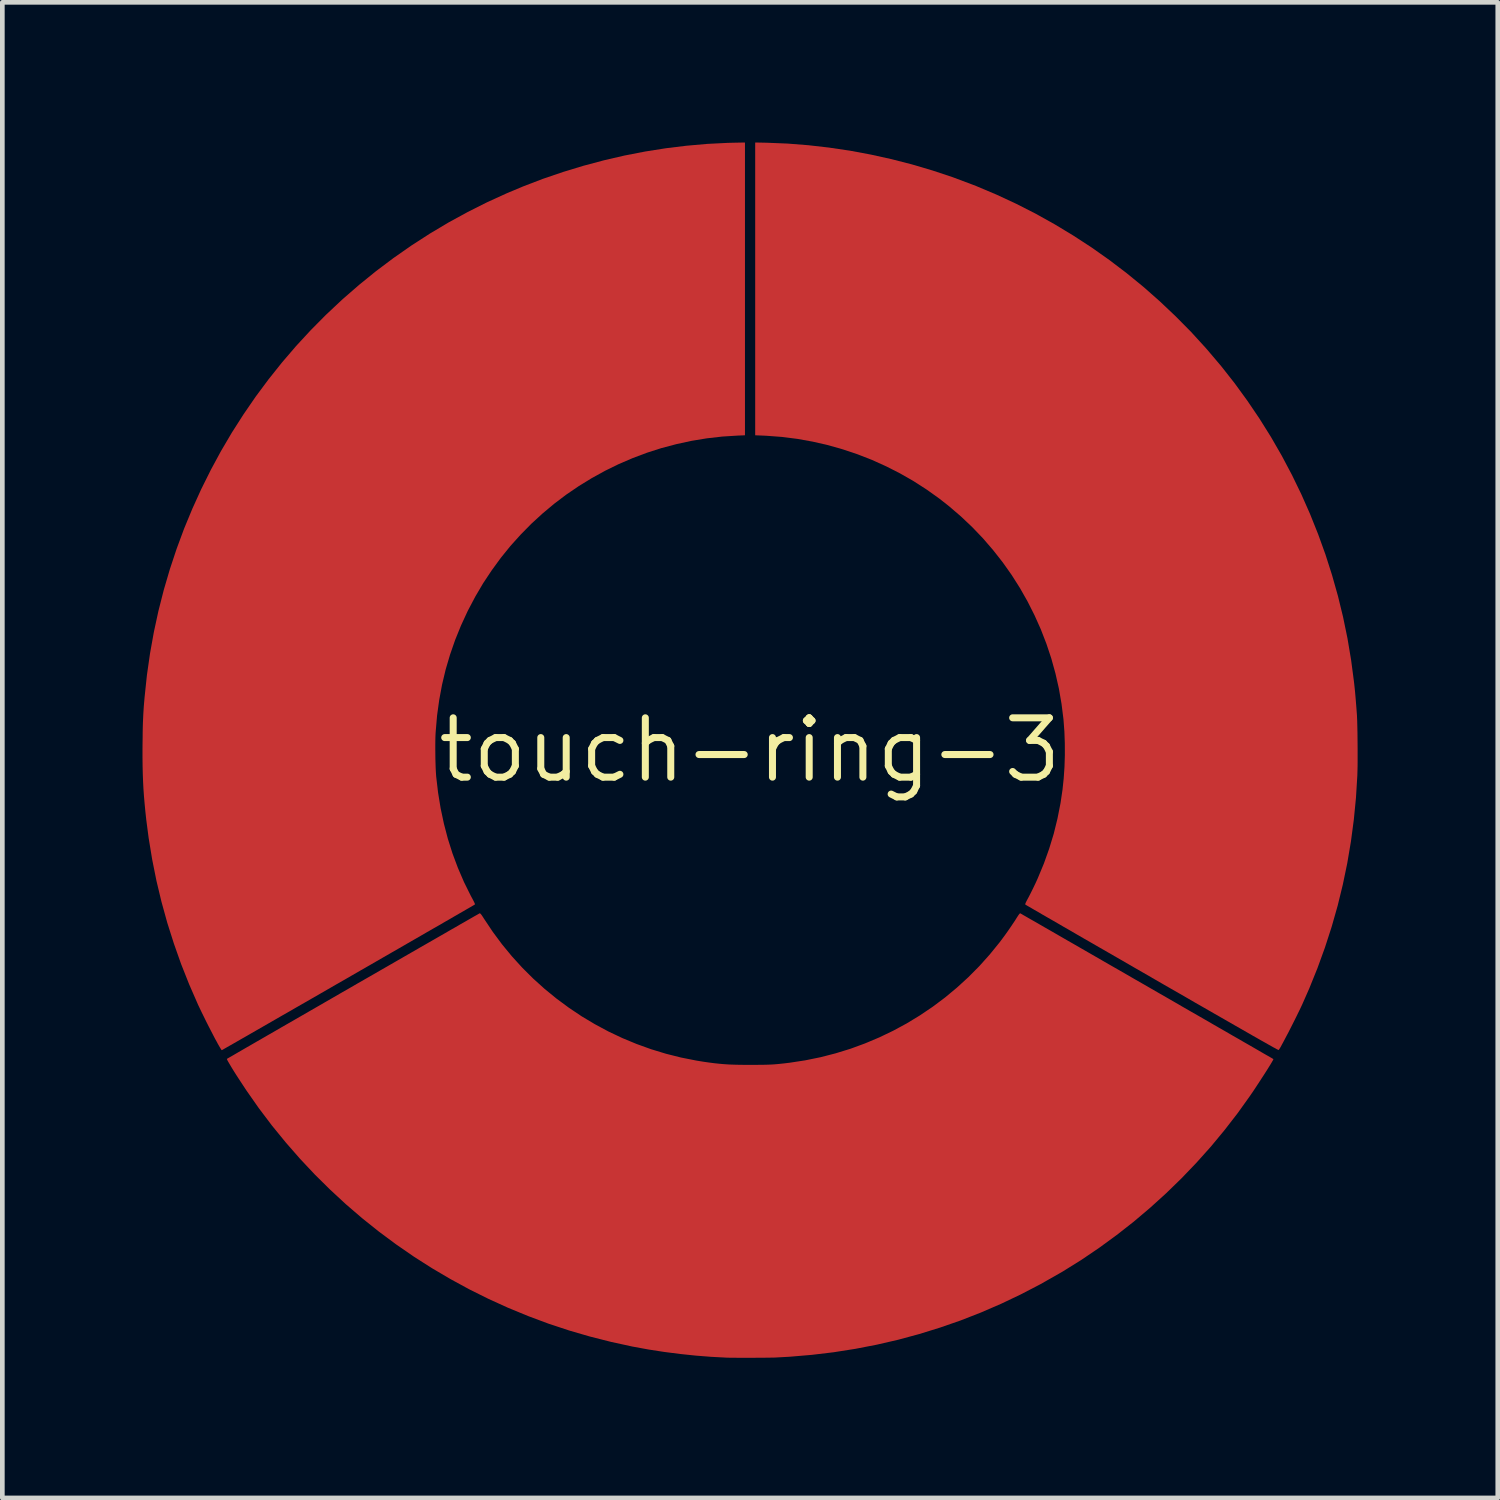
<source format=kicad_pcb>
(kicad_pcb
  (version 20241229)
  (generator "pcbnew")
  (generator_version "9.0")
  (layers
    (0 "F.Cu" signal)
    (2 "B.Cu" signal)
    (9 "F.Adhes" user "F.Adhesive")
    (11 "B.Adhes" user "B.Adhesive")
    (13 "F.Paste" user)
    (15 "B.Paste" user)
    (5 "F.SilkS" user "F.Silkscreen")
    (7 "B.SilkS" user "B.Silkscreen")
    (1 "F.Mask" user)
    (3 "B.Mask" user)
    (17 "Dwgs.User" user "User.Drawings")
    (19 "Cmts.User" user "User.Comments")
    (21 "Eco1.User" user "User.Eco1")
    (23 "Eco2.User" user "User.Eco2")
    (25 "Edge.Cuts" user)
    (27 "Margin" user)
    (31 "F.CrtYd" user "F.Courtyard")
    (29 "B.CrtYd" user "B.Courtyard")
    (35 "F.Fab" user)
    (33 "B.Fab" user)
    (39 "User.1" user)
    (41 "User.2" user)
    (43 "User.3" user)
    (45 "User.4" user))
  (footprint "touch-ring-3"
    (layer "F.Cu")
    (at 13 13.004)
    (property "Reference" "touch-ring-3" (at 0 0 0) (layer "F.SilkS") (effects (font (size 1.27 1.27) (thickness 0.15))))
    (attr through_hole)
    (fp_poly (pts (xy 0.362 -12.994) (xy 0.805 -12.976) (xy 1.249 -12.941) (xy 1.695 -12.89) (xy 2.141 -12.824) (xy 2.586 -12.741) (xy 3.029 -12.643) (xy 3.469 -12.53) (xy 3.905 -12.401) (xy 4.336 -12.258) (xy 4.76 -12.099) (xy 4.843 -12.067) (xy 5.274 -11.885) (xy 5.698 -11.688) (xy 6.114 -11.476) (xy 6.521 -11.249) (xy 6.92 -11.008) (xy 7.31 -10.754) (xy 7.691 -10.485) (xy 8.062 -10.203) (xy 8.423 -9.908) (xy 8.773 -9.599) (xy 9.112 -9.278) (xy 9.441 -8.945) (xy 9.757 -8.599) (xy 9.784 -8.568) (xy 10.085 -8.213) (xy 10.372 -7.848) (xy 10.645 -7.473) (xy 10.904 -7.09) (xy 11.15 -6.697) (xy 11.381 -6.296) (xy 11.597 -5.888) (xy 11.799 -5.472) (xy 11.986 -5.049) (xy 12.158 -4.619) (xy 12.315 -4.184) (xy 12.456 -3.743) (xy 12.582 -3.297) (xy 12.692 -2.846) (xy 12.786 -2.391) (xy 12.863 -1.932) (xy 12.924 -1.47) (xy 12.932 -1.401) (xy 12.948 -1.249) (xy 12.962 -1.088) (xy 12.976 -0.915) (xy 12.989 -0.741) (xy 12.991 -0.689) (xy 12.994 -0.623) (xy 12.996 -0.544) (xy 12.998 -0.455) (xy 13 -0.358) (xy 13.001 -0.256) (xy 13.002 -0.149) (xy 13.003 -0.042) (xy 13.003 0.065) (xy 13.003 0.169) (xy 13.003 0.267) (xy 13.002 0.358) (xy 13 0.439) (xy 12.998 0.507) (xy 12.997 0.543) (xy 12.968 1.018) (xy 12.922 1.488) (xy 12.86 1.955) (xy 12.782 2.418) (xy 12.687 2.876) (xy 12.576 3.33) (xy 12.448 3.78) (xy 12.304 4.225) (xy 12.144 4.666) (xy 11.968 5.102) (xy 11.819 5.44) (xy 11.791 5.5) (xy 11.759 5.567) (xy 11.723 5.64) (xy 11.685 5.718) (xy 11.645 5.798) (xy 11.604 5.879) (xy 11.563 5.96) (xy 11.523 6.039) (xy 11.483 6.114) (xy 11.446 6.185) (xy 11.412 6.249) (xy 11.382 6.304) (xy 11.357 6.351) (xy 11.336 6.385) (xy 11.322 6.408) (xy 11.317 6.414) (xy 11.312 6.413) (xy 11.299 6.407) (xy 11.277 6.396) (xy 11.247 6.379) (xy 11.207 6.358) (xy 11.158 6.33) (xy 11.1 6.298) (xy 11.032 6.259) (xy 10.953 6.215) (xy 10.864 6.164) (xy 10.763 6.107) (xy 10.652 6.043) (xy 10.53 5.973) (xy 10.395 5.896) (xy 10.249 5.812) (xy 10.09 5.721) (xy 9.919 5.623) (xy 9.735 5.517) (xy 9.537 5.404) (xy 9.327 5.282) (xy 9.102 5.153) (xy 8.863 5.016) (xy 8.61 4.87) (xy 8.608 4.868) (xy 8.41 4.754) (xy 8.215 4.642) (xy 8.025 4.532) (xy 7.839 4.425) (xy 7.659 4.321) (xy 7.485 4.221) (xy 7.317 4.124) (xy 7.155 4.031) (xy 7.001 3.942) (xy 6.855 3.857) (xy 6.717 3.778) (xy 6.589 3.703) (xy 6.469 3.634) (xy 6.359 3.571) (xy 6.26 3.514) (xy 6.172 3.462) (xy 6.095 3.418) (xy 6.03 3.38) (xy 5.978 3.35) (xy 5.939 3.327) (xy 5.913 3.312) (xy 5.901 3.305) (xy 5.9 3.304) (xy 5.9 3.292) (xy 5.91 3.267) (xy 5.929 3.228) (xy 5.934 3.219) (xy 5.975 3.143) (xy 6.02 3.055) (xy 6.067 2.96) (xy 6.114 2.862) (xy 6.158 2.766) (xy 6.168 2.743) (xy 6.298 2.43) (xy 6.411 2.113) (xy 6.509 1.792) (xy 6.589 1.467) (xy 6.654 1.137) (xy 6.697 0.847) (xy 6.722 0.609) (xy 6.739 0.361) (xy 6.747 0.108) (xy 6.746 -0.146) (xy 6.737 -0.395) (xy 6.719 -0.634) (xy 6.718 -0.652) (xy 6.676 -0.987) (xy 6.619 -1.317) (xy 6.545 -1.643) (xy 6.456 -1.964) (xy 6.351 -2.279) (xy 6.231 -2.588) (xy 6.096 -2.89) (xy 5.947 -3.185) (xy 5.784 -3.472) (xy 5.607 -3.751) (xy 5.416 -4.021) (xy 5.211 -4.282) (xy 4.994 -4.534) (xy 4.764 -4.774) (xy 4.521 -5.004) (xy 4.266 -5.223) (xy 4.06 -5.385) (xy 3.788 -5.579) (xy 3.507 -5.76) (xy 3.217 -5.926) (xy 2.92 -6.077) (xy 2.617 -6.214) (xy 2.307 -6.335) (xy 1.991 -6.441) (xy 1.671 -6.532) (xy 1.347 -6.606) (xy 1.019 -6.665) (xy 0.689 -6.707) (xy 0.356 -6.732) (xy 0.269 -6.736) (xy 0.119 -6.742) (xy 0.119 -12.999) (xy 0.362 -12.994)) (stroke (width 0.01) (type solid)) (fill yes) (layer "F.Mask"))
    (fp_poly (pts (xy -0.11 -6.742) (xy -0.256 -6.736) (xy -0.591 -6.715) (xy -0.923 -6.677) (xy -1.25 -6.623) (xy -1.573 -6.553) (xy -1.891 -6.469) (xy -2.203 -6.369) (xy -2.509 -6.254) (xy -2.809 -6.125) (xy -3.101 -5.982) (xy -3.386 -5.825) (xy -3.663 -5.655) (xy -3.932 -5.472) (xy -4.191 -5.276) (xy -4.441 -5.067) (xy -4.681 -4.847) (xy -4.91 -4.614) (xy -5.129 -4.371) (xy -5.336 -4.115) (xy -5.53 -3.849) (xy -5.713 -3.573) (xy -5.882 -3.286) (xy -6.038 -2.99) (xy -6.045 -2.976) (xy -6.187 -2.669) (xy -6.313 -2.358) (xy -6.422 -2.044) (xy -6.516 -1.725) (xy -6.593 -1.402) (xy -6.654 -1.074) (xy -6.7 -0.74) (xy -6.729 -0.4) (xy -6.732 -0.36) (xy -6.735 -0.29) (xy -6.737 -0.208) (xy -6.738 -0.116) (xy -6.738 -0.017) (xy -6.737 0.085) (xy -6.736 0.188) (xy -6.733 0.288) (xy -6.73 0.382) (xy -6.726 0.466) (xy -6.721 0.539) (xy -6.719 0.567) (xy -6.679 0.909) (xy -6.624 1.246) (xy -6.554 1.576) (xy -6.469 1.9) (xy -6.369 2.216) (xy -6.253 2.526) (xy -6.123 2.828) (xy -5.978 3.121) (xy -5.931 3.208) (xy -5.913 3.243) (xy -5.899 3.272) (xy -5.891 3.293) (xy -5.89 3.302) (xy -5.898 3.307) (xy -5.92 3.32) (xy -5.956 3.341) (xy -6.004 3.369) (xy -6.065 3.404) (xy -6.137 3.446) (xy -6.219 3.493) (xy -6.313 3.547) (xy -6.415 3.607) (xy -6.527 3.671) (xy -6.647 3.741) (xy -6.775 3.814) (xy -6.911 3.892) (xy -7.052 3.974) (xy -7.2 4.059) (xy -7.353 4.147) (xy -7.51 4.238) (xy -7.672 4.331) (xy -7.837 4.426) (xy -8.005 4.523) (xy -8.175 4.621) (xy -8.346 4.719) (xy -8.519 4.819) (xy -8.691 4.918) (xy -8.864 5.017) (xy -9.035 5.116) (xy -9.205 5.214) (xy -9.372 5.31) (xy -9.537 5.405) (xy -9.698 5.497) (xy -9.855 5.588) (xy -10.008 5.675) (xy -10.155 5.76) (xy -10.296 5.841) (xy -10.43 5.918) (xy -10.557 5.991) (xy -10.677 6.06) (xy -10.788 6.124) (xy -10.89 6.182) (xy -10.982 6.235) (xy -11.064 6.282) (xy -11.134 6.322) (xy -11.194 6.356) (xy -11.241 6.383) (xy -11.275 6.403) (xy -11.296 6.414) (xy -11.302 6.418) (xy -11.308 6.411) (xy -11.321 6.391) (xy -11.34 6.36) (xy -11.363 6.321) (xy -11.389 6.275) (xy -11.404 6.246) (xy -11.443 6.176) (xy -11.486 6.093) (xy -11.533 6.002) (xy -11.583 5.905) (xy -11.633 5.806) (xy -11.681 5.708) (xy -11.727 5.615) (xy -11.768 5.529) (xy -11.804 5.454) (xy -11.81 5.44) (xy -11.997 5.012) (xy -12.169 4.578) (xy -12.324 4.139) (xy -12.465 3.695) (xy -12.589 3.246) (xy -12.697 2.795) (xy -12.788 2.341) (xy -12.863 1.884) (xy -12.915 1.486) (xy -12.934 1.31) (xy -12.95 1.143) (xy -12.964 0.982) (xy -12.975 0.824) (xy -12.983 0.666) (xy -12.989 0.505) (xy -12.993 0.338) (xy -12.995 0.162) (xy -12.995 -0.027) (xy -12.994 -0.139) (xy -12.992 -0.269) (xy -12.991 -0.384) (xy -12.989 -0.488) (xy -12.986 -0.584) (xy -12.982 -0.674) (xy -12.978 -0.76) (xy -12.973 -0.847) (xy -12.967 -0.936) (xy -12.959 -1.031) (xy -12.95 -1.133) (xy -12.949 -1.143) (xy -12.9 -1.607) (xy -12.834 -2.067) (xy -12.752 -2.524) (xy -12.654 -2.977) (xy -12.54 -3.425) (xy -12.41 -3.868) (xy -12.265 -4.305) (xy -12.105 -4.737) (xy -11.929 -5.162) (xy -11.739 -5.581) (xy -11.534 -5.993) (xy -11.315 -6.398) (xy -11.082 -6.794) (xy -10.834 -7.182) (xy -10.573 -7.562) (xy -10.298 -7.932) (xy -10.01 -8.293) (xy -9.709 -8.644) (xy -9.394 -8.985) (xy -9.067 -9.315) (xy -8.727 -9.634) (xy -8.716 -9.644) (xy -8.362 -9.952) (xy -7.998 -10.247) (xy -7.624 -10.528) (xy -7.24 -10.796) (xy -6.848 -11.049) (xy -6.447 -11.288) (xy -6.037 -11.512) (xy -5.619 -11.722) (xy -5.194 -11.916) (xy -4.847 -12.061) (xy -4.424 -12.223) (xy -3.995 -12.369) (xy -3.561 -12.501) (xy -3.123 -12.618) (xy -2.683 -12.72) (xy -2.24 -12.806) (xy -1.797 -12.876) (xy -1.355 -12.93) (xy -0.913 -12.969) (xy -0.474 -12.991) (xy -0.358 -12.994) (xy -0.11 -12.999) (xy -0.11 -6.742)) (stroke (width 0.01) (type solid)) (fill yes) (layer "F.Mask"))
    (fp_poly (pts (xy -5.774 3.502) (xy -5.76 3.516) (xy -5.741 3.541) (xy -5.716 3.579) (xy -5.691 3.618) (xy -5.506 3.895) (xy -5.308 4.162) (xy -5.097 4.418) (xy -4.875 4.662) (xy -4.641 4.895) (xy -4.396 5.116) (xy -4.141 5.324) (xy -3.876 5.52) (xy -3.603 5.703) (xy -3.32 5.872) (xy -3.03 6.028) (xy -2.732 6.169) (xy -2.426 6.296) (xy -2.115 6.408) (xy -1.797 6.505) (xy -1.475 6.586) (xy -1.147 6.651) (xy -1.105 6.658) (xy -0.982 6.678) (xy -0.868 6.694) (xy -0.761 6.708) (xy -0.657 6.719) (xy -0.554 6.728) (xy -0.447 6.735) (xy -0.335 6.739) (xy -0.214 6.742) (xy -0.081 6.743) (xy 0.013 6.743) (xy 0.125 6.743) (xy 0.222 6.742) (xy 0.309 6.741) (xy 0.386 6.739) (xy 0.458 6.736) (xy 0.526 6.732) (xy 0.594 6.726) (xy 0.664 6.719) (xy 0.739 6.711) (xy 0.821 6.701) (xy 0.855 6.697) (xy 1.187 6.646) (xy 1.515 6.579) (xy 1.837 6.496) (xy 2.155 6.398) (xy 2.466 6.284) (xy 2.772 6.155) (xy 3.07 6.012) (xy 3.36 5.855) (xy 3.643 5.683) (xy 3.917 5.498) (xy 4.181 5.3) (xy 4.436 5.088) (xy 4.681 4.864) (xy 4.915 4.628) (xy 5.138 4.379) (xy 5.349 4.119) (xy 5.412 4.035) (xy 5.463 3.966) (xy 5.518 3.889) (xy 5.574 3.808) (xy 5.628 3.728) (xy 5.679 3.652) (xy 5.722 3.583) (xy 5.736 3.562) (xy 5.755 3.533) (xy 5.771 3.512) (xy 5.783 3.5) (xy 5.786 3.499) (xy 5.794 3.504) (xy 5.816 3.516) (xy 5.851 3.537) (xy 5.899 3.564) (xy 5.959 3.599) (xy 6.031 3.64) (xy 6.114 3.687) (xy 6.207 3.741) (xy 6.309 3.8) (xy 6.421 3.864) (xy 6.541 3.933) (xy 6.669 4.007) (xy 6.804 4.085) (xy 6.946 4.166) (xy 7.093 4.251) (xy 7.246 4.339) (xy 7.404 4.43) (xy 7.565 4.523) (xy 7.73 4.618) (xy 7.898 4.714) (xy 8.068 4.812) (xy 8.239 4.911) (xy 8.412 5.01) (xy 8.584 5.109) (xy 8.757 5.209) (xy 8.928 5.307) (xy 9.098 5.405) (xy 9.265 5.502) (xy 9.43 5.597) (xy 9.592 5.689) (xy 9.749 5.78) (xy 9.901 5.868) (xy 10.049 5.953) (xy 10.19 6.034) (xy 10.324 6.112) (xy 10.452 6.185) (xy 10.572 6.254) (xy 10.683 6.318) (xy 10.785 6.377) (xy 10.877 6.43) (xy 10.959 6.478) (xy 11.03 6.519) (xy 11.09 6.553) (xy 11.137 6.58) (xy 11.172 6.6) (xy 11.193 6.613) (xy 11.2 6.617) (xy 11.197 6.625) (xy 11.186 6.646) (xy 11.167 6.679) (xy 11.142 6.721) (xy 11.111 6.771) (xy 11.075 6.829) (xy 11.035 6.892) (xy 10.992 6.959) (xy 10.947 7.028) (xy 10.901 7.099) (xy 10.855 7.17) (xy 10.81 7.238) (xy 10.766 7.304) (xy 10.724 7.365) (xy 10.703 7.396) (xy 10.437 7.768) (xy 10.156 8.131) (xy 9.863 8.485) (xy 9.556 8.828) (xy 9.237 9.161) (xy 8.906 9.483) (xy 8.564 9.793) (xy 8.212 10.091) (xy 7.85 10.375) (xy 7.479 10.646) (xy 7.099 10.904) (xy 6.711 11.146) (xy 6.629 11.194) (xy 6.217 11.428) (xy 5.798 11.646) (xy 5.374 11.848) (xy 4.944 12.034) (xy 4.509 12.204) (xy 4.068 12.357) (xy 3.623 12.495) (xy 3.172 12.617) (xy 2.717 12.722) (xy 2.258 12.811) (xy 1.794 12.884) (xy 1.326 12.94) (xy 0.854 12.98) (xy 0.567 12.996) (xy 0.526 12.998) (xy 0.47 12.999) (xy 0.401 13) (xy 0.323 13.001) (xy 0.237 13.002) (xy 0.146 13.002) (xy 0.052 13.003) (xy -0.043 13.003) (xy -0.136 13.003) (xy -0.225 13.003) (xy -0.308 13.002) (xy -0.381 13.002) (xy -0.444 13.001) (xy -0.493 13) (xy -0.508 12.999) (xy -0.829 12.982) (xy -1.159 12.956) (xy -1.494 12.921) (xy -1.829 12.878) (xy -2.16 12.827) (xy -2.482 12.768) (xy -2.51 12.763) (xy -2.969 12.663) (xy -3.422 12.548) (xy -3.869 12.418) (xy -4.31 12.272) (xy -4.744 12.11) (xy -5.171 11.934) (xy -5.591 11.743) (xy -6.003 11.538) (xy -6.407 11.318) (xy -6.803 11.085) (xy -7.19 10.838) (xy -7.568 10.577) (xy -7.937 10.303) (xy -8.296 10.016) (xy -8.645 9.716) (xy -8.983 9.403) (xy -9.311 9.079) (xy -9.627 8.742) (xy -9.932 8.393) (xy -10.226 8.033) (xy -10.507 7.661) (xy -10.775 7.278) (xy -10.94 7.027) (xy -10.993 6.945) (xy -11.041 6.869) (xy -11.083 6.801) (xy -11.118 6.742) (xy -11.147 6.693) (xy -11.169 6.655) (xy -11.183 6.628) (xy -11.188 6.614) (xy -11.187 6.612) (xy -11.179 6.607) (xy -11.157 6.594) (xy -11.122 6.574) (xy -11.073 6.546) (xy -11.013 6.511) (xy -10.941 6.469) (xy -10.858 6.421) (xy -10.765 6.367) (xy -10.662 6.308) (xy -10.55 6.243) (xy -10.43 6.174) (xy -10.302 6.1) (xy -10.166 6.022) (xy -10.025 5.94) (xy -9.877 5.855) (xy -9.724 5.767) (xy -9.566 5.676) (xy -9.405 5.583) (xy -9.24 5.488) (xy -9.072 5.391) (xy -8.902 5.293) (xy -8.731 5.194) (xy -8.558 5.095) (xy -8.386 4.995) (xy -8.213 4.896) (xy -8.042 4.798) (xy -7.872 4.7) (xy -7.705 4.604) (xy -7.54 4.509) (xy -7.379 4.416) (xy -7.222 4.326) (xy -7.07 4.238) (xy -6.923 4.154) (xy -6.782 4.073) (xy -6.648 3.996) (xy -6.521 3.923) (xy -6.402 3.854) (xy -6.291 3.791) (xy -6.19 3.732) (xy -6.098 3.68) (xy -6.017 3.633) (xy -5.947 3.593) (xy -5.888 3.559) (xy -5.841 3.533) (xy -5.808 3.514) (xy -5.788 3.502) (xy -5.782 3.499) (xy -5.774 3.502)) (stroke (width 0.01) (type solid)) (fill yes) (layer "F.Mask"))
    (pad "1" smd custom (at -8.89 -5.08) (size 1.524 1.524) (layers "F.Cu" "F.Mask" "F.Paste") (options (anchor circle)) (primitives (gr_poly (pts (xy 8.78 -1.662) (xy 8.634 -1.656) (xy 8.299 -1.635) (xy 7.967 -1.597) (xy 7.64 -1.543) (xy 7.317 -1.473) (xy 6.999 -1.389) (xy 6.687 -1.289) (xy 6.381 -1.174) (xy 6.081 -1.045) (xy 5.789 -0.902) (xy 5.504 -0.745) (xy 5.227 -0.575) (xy 4.958 -0.392) (xy 4.699 -0.196) (xy 4.449 0.013) (xy 4.209 0.233) (xy 3.98 0.466) (xy 3.761 0.709) (xy 3.554 0.965) (xy 3.36 1.231) (xy 3.177 1.507) (xy 3.008 1.794) (xy 2.852 2.09) (xy 2.845 2.104) (xy 2.703 2.411) (xy 2.577 2.722) (xy 2.468 3.036) (xy 2.374 3.355) (xy 2.297 3.678) (xy 2.236 4.006) (xy 2.19 4.34) (xy 2.161 4.68) (xy 2.158 4.72) (xy 2.155 4.79) (xy 2.153 4.872) (xy 2.152 4.964) (xy 2.152 5.063) (xy 2.153 5.165) (xy 2.154 5.268) (xy 2.157 5.368) (xy 2.16 5.462) (xy 2.164 5.546) (xy 2.169 5.619) (xy 2.171 5.647) (xy 2.211 5.989) (xy 2.266 6.326) (xy 2.336 6.656) (xy 2.421 6.98) (xy 2.521 7.296) (xy 2.637 7.606) (xy 2.767 7.908) (xy 2.912 8.201) (xy 2.959 8.288) (xy 2.977 8.323) (xy 2.991 8.352) (xy 2.999 8.373) (xy 3 8.382) (xy 2.992 8.387) (xy 2.97 8.4) (xy 2.934 8.421) (xy 2.886 8.449) (xy 2.825 8.484) (xy 2.753 8.526) (xy 2.671 8.573) (xy 2.577 8.627) (xy 2.475 8.687) (xy 2.363 8.751) (xy 2.243 8.821) (xy 2.115 8.894) (xy 1.979 8.972) (xy 1.838 9.054) (xy 1.69 9.139) (xy 1.537 9.227) (xy 1.38 9.318) (xy 1.218 9.411) (xy 1.053 9.506) (xy 0.885 9.603) (xy 0.715 9.701) (xy 0.544 9.799) (xy 0.371 9.899) (xy 0.199 9.998) (xy 0.026 10.097) (xy -0.145 10.196) (xy -0.315 10.294) (xy -0.482 10.39) (xy -0.647 10.485) (xy -0.808 10.577) (xy -0.965 10.668) (xy -1.118 10.755) (xy -1.265 10.84) (xy -1.406 10.921) (xy -1.54 10.998) (xy -1.667 11.071) (xy -1.787 11.14) (xy -1.898 11.204) (xy -2 11.262) (xy -2.092 11.315) (xy -2.174 11.362) (xy -2.244 11.402) (xy -2.304 11.436) (xy -2.351 11.463) (xy -2.385 11.483) (xy -2.406 11.494) (xy -2.412 11.498) (xy -2.418 11.491) (xy -2.431 11.471) (xy -2.45 11.44) (xy -2.473 11.401) (xy -2.499 11.355) (xy -2.514 11.326) (xy -2.553 11.256) (xy -2.596 11.173) (xy -2.643 11.082) (xy -2.693 10.985) (xy -2.743 10.886) (xy -2.791 10.788) (xy -2.837 10.695) (xy -2.878 10.609) (xy -2.914 10.534) (xy -2.92 10.52) (xy -3.107 10.092) (xy -3.279 9.658) (xy -3.434 9.219) (xy -3.575 8.775) (xy -3.699 8.326) (xy -3.807 7.875) (xy -3.898 7.421) (xy -3.973 6.964) (xy -4.025 6.566) (xy -4.044 6.39) (xy -4.06 6.223) (xy -4.074 6.062) (xy -4.085 5.904) (xy -4.093 5.746) (xy -4.099 5.585) (xy -4.103 5.418) (xy -4.105 5.242) (xy -4.105 5.053) (xy -4.104 4.941) (xy -4.102 4.811) (xy -4.101 4.696) (xy -4.099 4.592) (xy -4.096 4.496) (xy -4.092 4.406) (xy -4.088 4.32) (xy -4.083 4.233) (xy -4.077 4.144) (xy -4.069 4.049) (xy -4.06 3.947) (xy -4.059 3.937) (xy -4.01 3.473) (xy -3.944 3.013) (xy -3.862 2.556) (xy -3.764 2.103) (xy -3.65 1.655) (xy -3.52 1.212) (xy -3.375 0.775) (xy -3.215 0.343) (xy -3.039 -0.082) (xy -2.849 -0.501) (xy -2.644 -0.913) (xy -2.425 -1.318) (xy -2.192 -1.714) (xy -1.944 -2.102) (xy -1.683 -2.482) (xy -1.408 -2.852) (xy -1.12 -3.213) (xy -0.819 -3.564) (xy -0.504 -3.905) (xy -0.177 -4.235) (xy 0.163 -4.554) (xy 0.174 -4.564) (xy 0.528 -4.872) (xy 0.892 -5.167) (xy 1.266 -5.448) (xy 1.65 -5.716) (xy 2.042 -5.969) (xy 2.443 -6.208) (xy 2.853 -6.432) (xy 3.271 -6.642) (xy 3.696 -6.836) (xy 4.043 -6.981) (xy 4.466 -7.143) (xy 4.895 -7.289) (xy 5.329 -7.421) (xy 5.767 -7.538) (xy 6.207 -7.64) (xy 6.65 -7.726) (xy 7.093 -7.796) (xy 7.535 -7.85) (xy 7.977 -7.889) (xy 8.416 -7.911) (xy 8.532 -7.914) (xy 8.78 -7.919) (xy 8.78 -1.662)) (width 0.01) (fill yes))))
    (pad "2" smd custom (at 8.89 -5.08) (size 1.524 1.524) (layers "F.Cu" "F.Mask" "F.Paste") (options (anchor circle)) (primitives (gr_poly (pts (xy -8.528 -7.914) (xy -8.085 -7.896) (xy -7.641 -7.861) (xy -7.195 -7.81) (xy -6.749 -7.744) (xy -6.304 -7.661) (xy -5.861 -7.563) (xy -5.421 -7.45) (xy -4.985 -7.321) (xy -4.554 -7.178) (xy -4.13 -7.019) (xy -4.047 -6.987) (xy -3.616 -6.805) (xy -3.192 -6.608) (xy -2.776 -6.396) (xy -2.369 -6.169) (xy -1.97 -5.928) (xy -1.58 -5.674) (xy -1.199 -5.405) (xy -0.828 -5.123) (xy -0.467 -4.828) (xy -0.117 -4.519) (xy 0.222 -4.198) (xy 0.551 -3.865) (xy 0.867 -3.519) (xy 0.894 -3.488) (xy 1.195 -3.133) (xy 1.482 -2.768) (xy 1.755 -2.393) (xy 2.014 -2.01) (xy 2.26 -1.617) (xy 2.491 -1.216) (xy 2.707 -0.808) (xy 2.909 -0.392) (xy 3.096 0.031) (xy 3.268 0.461) (xy 3.425 0.896) (xy 3.566 1.337) (xy 3.692 1.783) (xy 3.802 2.234) (xy 3.896 2.689) (xy 3.973 3.148) (xy 4.034 3.61) (xy 4.042 3.679) (xy 4.058 3.831) (xy 4.072 3.992) (xy 4.086 4.165) (xy 4.099 4.339) (xy 4.101 4.391) (xy 4.104 4.457) (xy 4.106 4.536) (xy 4.108 4.625) (xy 4.11 4.722) (xy 4.111 4.824) (xy 4.112 4.931) (xy 4.113 5.038) (xy 4.113 5.145) (xy 4.113 5.249) (xy 4.113 5.347) (xy 4.112 5.438) (xy 4.11 5.519) (xy 4.108 5.587) (xy 4.107 5.623) (xy 4.078 6.098) (xy 4.032 6.568) (xy 3.97 7.035) (xy 3.892 7.498) (xy 3.797 7.956) (xy 3.686 8.41) (xy 3.558 8.86) (xy 3.414 9.305) (xy 3.254 9.746) (xy 3.078 10.182) (xy 2.929 10.52) (xy 2.901 10.58) (xy 2.869 10.647) (xy 2.833 10.72) (xy 2.795 10.798) (xy 2.755 10.878) (xy 2.714 10.959) (xy 2.673 11.04) (xy 2.633 11.119) (xy 2.593 11.194) (xy 2.556 11.265) (xy 2.522 11.329) (xy 2.492 11.384) (xy 2.467 11.431) (xy 2.446 11.465) (xy 2.432 11.488) (xy 2.427 11.494) (xy 2.422 11.493) (xy 2.409 11.487) (xy 2.387 11.476) (xy 2.357 11.459) (xy 2.317 11.438) (xy 2.268 11.41) (xy 2.21 11.378) (xy 2.142 11.339) (xy 2.063 11.295) (xy 1.974 11.244) (xy 1.873 11.187) (xy 1.762 11.123) (xy 1.64 11.053) (xy 1.505 10.976) (xy 1.359 10.892) (xy 1.2 10.801) (xy 1.029 10.703) (xy 0.845 10.597) (xy 0.647 10.484) (xy 0.437 10.362) (xy 0.212 10.233) (xy -0.027 10.096) (xy -0.28 9.95) (xy -0.282 9.948) (xy -0.48 9.834) (xy -0.675 9.722) (xy -0.865 9.612) (xy -1.051 9.505) (xy -1.231 9.401) (xy -1.405 9.301) (xy -1.573 9.204) (xy -1.735 9.111) (xy -1.889 9.022) (xy -2.035 8.937) (xy -2.173 8.858) (xy -2.301 8.783) (xy -2.421 8.714) (xy -2.531 8.651) (xy -2.63 8.594) (xy -2.718 8.542) (xy -2.795 8.498) (xy -2.86 8.46) (xy -2.912 8.43) (xy -2.951 8.407) (xy -2.977 8.392) (xy -2.989 8.385) (xy -2.99 8.384) (xy -2.99 8.372) (xy -2.98 8.347) (xy -2.961 8.308) (xy -2.956 8.299) (xy -2.915 8.223) (xy -2.87 8.135) (xy -2.823 8.04) (xy -2.776 7.942) (xy -2.732 7.846) (xy -2.722 7.823) (xy -2.592 7.51) (xy -2.479 7.193) (xy -2.381 6.872) (xy -2.301 6.547) (xy -2.236 6.217) (xy -2.193 5.927) (xy -2.168 5.689) (xy -2.151 5.441) (xy -2.143 5.188) (xy -2.144 4.934) (xy -2.153 4.685) (xy -2.171 4.446) (xy -2.172 4.428) (xy -2.214 4.093) (xy -2.271 3.763) (xy -2.345 3.437) (xy -2.434 3.116) (xy -2.539 2.801) (xy -2.659 2.492) (xy -2.794 2.19) (xy -2.943 1.895) (xy -3.106 1.608) (xy -3.283 1.329) (xy -3.474 1.059) (xy -3.679 0.798) (xy -3.896 0.546) (xy -4.126 0.306) (xy -4.369 0.076) (xy -4.624 -0.143) (xy -4.83 -0.305) (xy -5.102 -0.499) (xy -5.383 -0.68) (xy -5.673 -0.846) (xy -5.97 -0.997) (xy -6.273 -1.134) (xy -6.583 -1.255) (xy -6.899 -1.361) (xy -7.219 -1.452) (xy -7.543 -1.526) (xy -7.871 -1.585) (xy -8.201 -1.627) (xy -8.534 -1.652) (xy -8.621 -1.656) (xy -8.771 -1.662) (xy -8.771 -7.919) (xy -8.528 -7.914)) (width 0.01) (fill yes))))
    (pad "3" smd custom (at 0 9.525) (size 1.524 1.524) (layers "F.Cu" "F.Mask" "F.Paste") (options (anchor circle)) (primitives (gr_poly (pts (xy -5.774 -6.023) (xy -5.76 -6.009) (xy -5.741 -5.984) (xy -5.716 -5.946) (xy -5.691 -5.907) (xy -5.506 -5.63) (xy -5.308 -5.363) (xy -5.097 -5.107) (xy -4.875 -4.863) (xy -4.641 -4.63) (xy -4.396 -4.409) (xy -4.141 -4.201) (xy -3.876 -4.005) (xy -3.603 -3.822) (xy -3.32 -3.653) (xy -3.03 -3.497) (xy -2.732 -3.356) (xy -2.426 -3.229) (xy -2.115 -3.117) (xy -1.797 -3.02) (xy -1.475 -2.939) (xy -1.147 -2.874) (xy -1.105 -2.867) (xy -0.982 -2.847) (xy -0.868 -2.831) (xy -0.761 -2.817) (xy -0.657 -2.806) (xy -0.554 -2.797) (xy -0.447 -2.79) (xy -0.335 -2.786) (xy -0.214 -2.783) (xy -0.081 -2.782) (xy 0.013 -2.782) (xy 0.125 -2.782) (xy 0.222 -2.783) (xy 0.309 -2.784) (xy 0.386 -2.786) (xy 0.458 -2.789) (xy 0.526 -2.793) (xy 0.594 -2.799) (xy 0.664 -2.806) (xy 0.739 -2.814) (xy 0.821 -2.824) (xy 0.855 -2.828) (xy 1.187 -2.879) (xy 1.515 -2.946) (xy 1.837 -3.029) (xy 2.155 -3.127) (xy 2.466 -3.241) (xy 2.772 -3.37) (xy 3.07 -3.513) (xy 3.36 -3.67) (xy 3.643 -3.842) (xy 3.917 -4.027) (xy 4.181 -4.225) (xy 4.436 -4.437) (xy 4.681 -4.661) (xy 4.915 -4.897) (xy 5.138 -5.146) (xy 5.349 -5.406) (xy 5.412 -5.49) (xy 5.463 -5.559) (xy 5.518 -5.636) (xy 5.574 -5.717) (xy 5.628 -5.797) (xy 5.679 -5.873) (xy 5.722 -5.942) (xy 5.736 -5.963) (xy 5.755 -5.992) (xy 5.771 -6.013) (xy 5.783 -6.025) (xy 5.786 -6.026) (xy 5.794 -6.021) (xy 5.816 -6.009) (xy 5.851 -5.988) (xy 5.899 -5.961) (xy 5.959 -5.926) (xy 6.031 -5.885) (xy 6.114 -5.838) (xy 6.207 -5.784) (xy 6.309 -5.725) (xy 6.421 -5.661) (xy 6.541 -5.592) (xy 6.669 -5.518) (xy 6.804 -5.44) (xy 6.946 -5.359) (xy 7.093 -5.274) (xy 7.246 -5.186) (xy 7.404 -5.095) (xy 7.565 -5.002) (xy 7.73 -4.907) (xy 7.898 -4.811) (xy 8.068 -4.713) (xy 8.239 -4.614) (xy 8.412 -4.515) (xy 8.584 -4.416) (xy 8.757 -4.316) (xy 8.928 -4.218) (xy 9.098 -4.12) (xy 9.265 -4.023) (xy 9.43 -3.928) (xy 9.591 -3.836) (xy 9.749 -3.745) (xy 9.901 -3.657) (xy 10.048 -3.572) (xy 10.19 -3.491) (xy 10.324 -3.413) (xy 10.452 -3.34) (xy 10.571 -3.271) (xy 10.683 -3.207) (xy 10.785 -3.148) (xy 10.877 -3.095) (xy 10.959 -3.047) (xy 11.03 -3.006) (xy 11.09 -2.972) (xy 11.137 -2.945) (xy 11.172 -2.925) (xy 11.193 -2.912) (xy 11.2 -2.908) (xy 11.197 -2.9) (xy 11.186 -2.879) (xy 11.167 -2.846) (xy 11.142 -2.804) (xy 11.111 -2.754) (xy 11.075 -2.696) (xy 11.035 -2.633) (xy 10.992 -2.566) (xy 10.947 -2.497) (xy 10.901 -2.426) (xy 10.855 -2.356) (xy 10.81 -2.287) (xy 10.766 -2.221) (xy 10.724 -2.16) (xy 10.703 -2.129) (xy 10.437 -1.757) (xy 10.156 -1.394) (xy 9.863 -1.04) (xy 9.556 -0.697) (xy 9.237 -0.364) (xy 8.906 -0.042) (xy 8.564 0.268) (xy 8.212 0.566) (xy 7.85 0.85) (xy 7.479 1.121) (xy 7.099 1.379) (xy 6.711 1.621) (xy 6.629 1.669) (xy 6.217 1.903) (xy 5.798 2.121) (xy 5.374 2.323) (xy 4.944 2.509) (xy 4.509 2.679) (xy 4.068 2.832) (xy 3.623 2.97) (xy 3.172 3.092) (xy 2.717 3.197) (xy 2.258 3.286) (xy 1.794 3.359) (xy 1.326 3.415) (xy 0.854 3.455) (xy 0.567 3.471) (xy 0.526 3.473) (xy 0.47 3.474) (xy 0.401 3.475) (xy 0.323 3.476) (xy 0.237 3.477) (xy 0.146 3.477) (xy 0.052 3.478) (xy -0.043 3.478) (xy -0.136 3.478) (xy -0.225 3.478) (xy -0.308 3.477) (xy -0.381 3.477) (xy -0.444 3.476) (xy -0.493 3.475) (xy -0.508 3.474) (xy -0.829 3.457) (xy -1.159 3.431) (xy -1.494 3.396) (xy -1.829 3.353) (xy -2.16 3.302) (xy -2.482 3.243) (xy -2.51 3.238) (xy -2.969 3.138) (xy -3.422 3.023) (xy -3.869 2.893) (xy -4.31 2.747) (xy -4.744 2.585) (xy -5.171 2.409) (xy -5.591 2.218) (xy -6.003 2.013) (xy -6.407 1.793) (xy -6.803 1.56) (xy -7.19 1.313) (xy -7.568 1.052) (xy -7.937 0.778) (xy -8.296 0.491) (xy -8.645 0.191) (xy -8.983 -0.122) (xy -9.311 -0.446) (xy -9.627 -0.783) (xy -9.932 -1.132) (xy -10.226 -1.492) (xy -10.507 -1.864) (xy -10.775 -2.247) (xy -10.94 -2.498) (xy -10.993 -2.58) (xy -11.041 -2.656) (xy -11.083 -2.724) (xy -11.118 -2.783) (xy -11.147 -2.832) (xy -11.169 -2.87) (xy -11.183 -2.897) (xy -11.188 -2.911) (xy -11.187 -2.913) (xy -11.179 -2.918) (xy -11.157 -2.931) (xy -11.122 -2.951) (xy -11.073 -2.979) (xy -11.013 -3.014) (xy -10.941 -3.056) (xy -10.858 -3.104) (xy -10.765 -3.158) (xy -10.662 -3.217) (xy -10.55 -3.282) (xy -10.43 -3.351) (xy -10.302 -3.425) (xy -10.166 -3.503) (xy -10.025 -3.585) (xy -9.877 -3.67) (xy -9.724 -3.758) (xy -9.566 -3.849) (xy -9.405 -3.942) (xy -9.24 -4.037) (xy -9.072 -4.134) (xy -8.902 -4.232) (xy -8.731 -4.331) (xy -8.558 -4.43) (xy -8.386 -4.53) (xy -8.213 -4.629) (xy -8.042 -4.727) (xy -7.872 -4.825) (xy -7.705 -4.921) (xy -7.54 -5.016) (xy -7.379 -5.109) (xy -7.222 -5.199) (xy -7.07 -5.287) (xy -6.923 -5.371) (xy -6.782 -5.452) (xy -6.648 -5.529) (xy -6.521 -5.602) (xy -6.402 -5.671) (xy -6.291 -5.734) (xy -6.19 -5.793) (xy -6.098 -5.845) (xy -6.017 -5.892) (xy -5.947 -5.932) (xy -5.888 -5.966) (xy -5.841 -5.992) (xy -5.808 -6.011) (xy -5.788 -6.023) (xy -5.782 -6.026) (xy -5.774 -6.023)) (width 0.01) (fill yes)))))
  (gr_rect
    (start -3 -3)
    (end 29.008 29.012)
    (stroke (width 0.1) (type default))
    (fill no)
    (layer "Edge.Cuts")))
</source>
